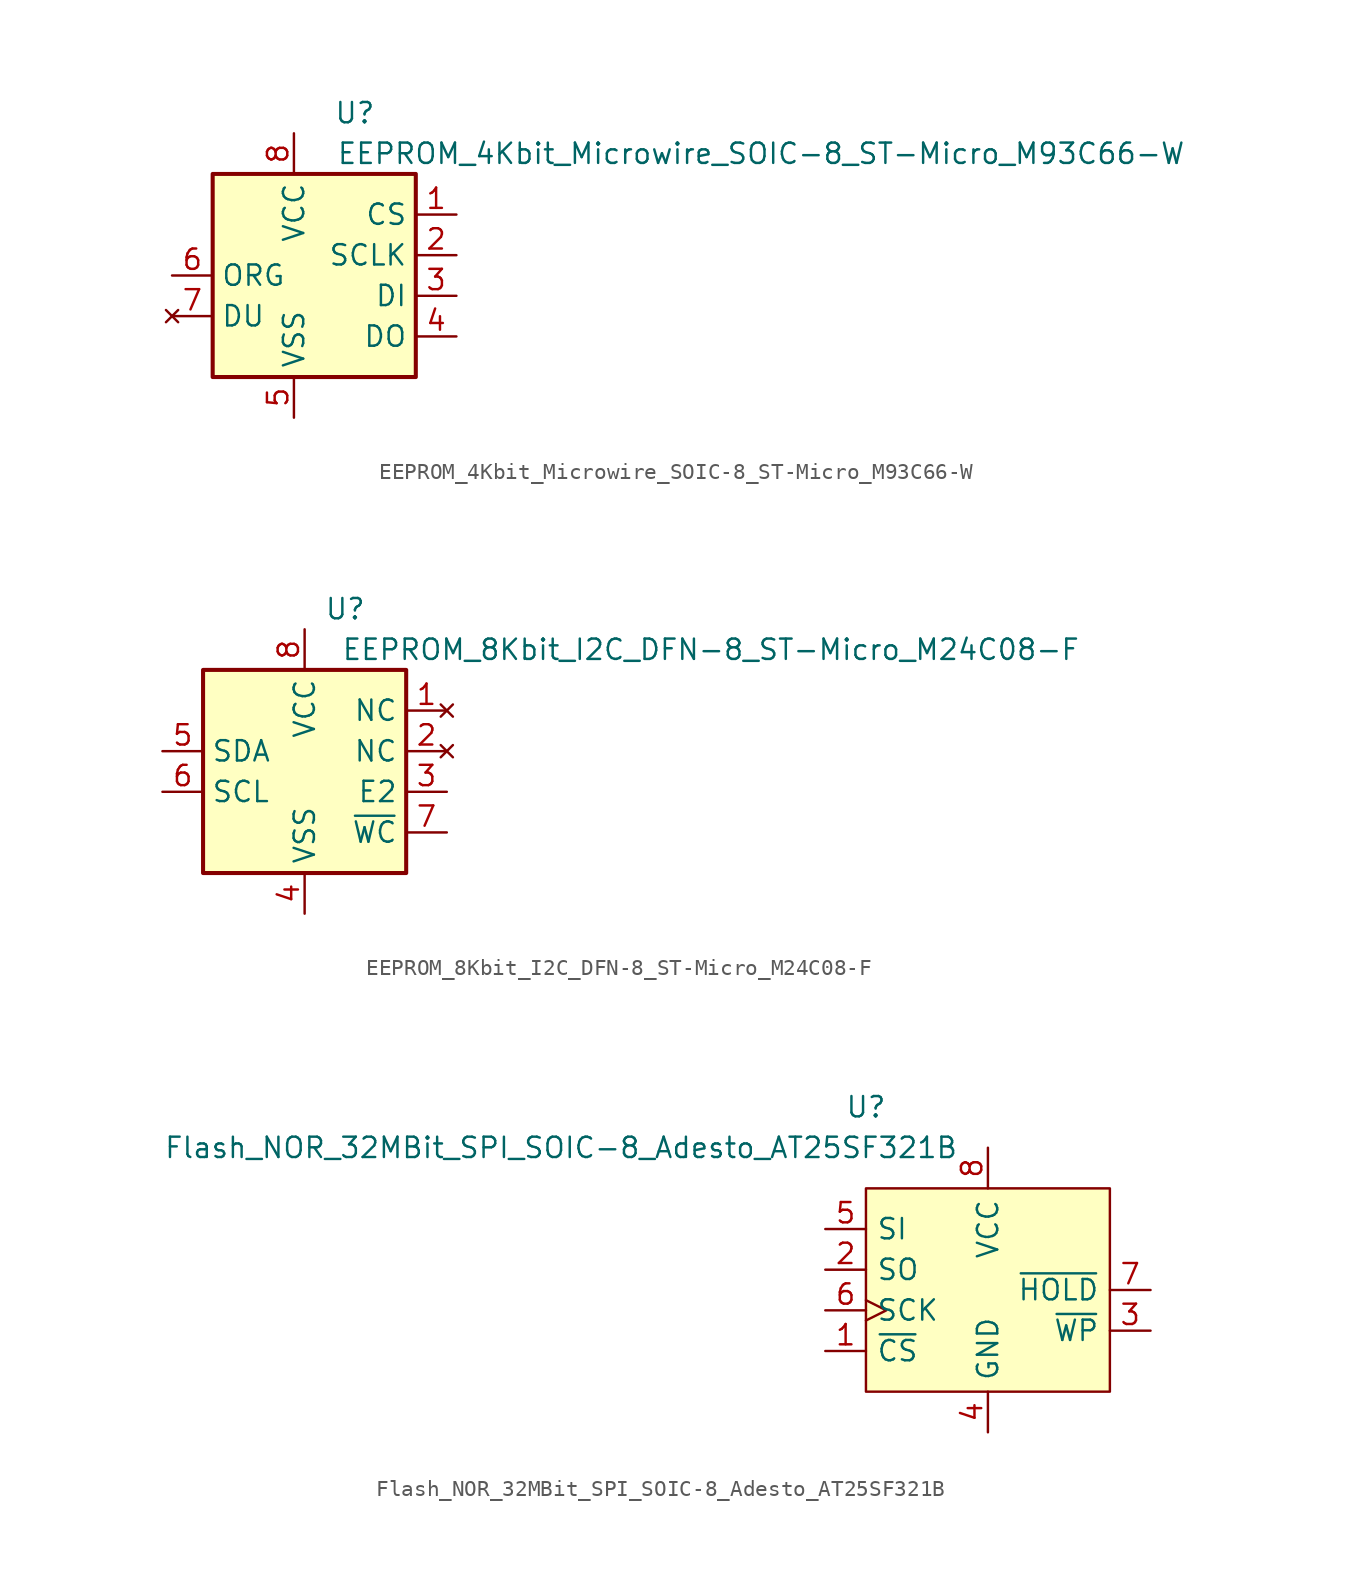
<source format=kicad_sym>
(kicad_symbol_lib
  (version 20231120)
  (generator "kicad_symbol_editor")
  (generator_version "8.0")
  (symbol "EEPROM_4Kbit_Microwire_SOIC-8_ST-Micro_M93C66-W"
    (property "Reference" "U"
      (at 2.54 10.16 0)
      (effects (font (size 1.27 1.27))))
    (property "Value" "EEPROM_4Kbit_Microwire_SOIC-8_ST-Micro_M93C66-W"
      (at 27.94 7.62 0)
      (effects (font (size 1.27 1.27))))
    (symbol "EEPROM_4Kbit_Microwire_SOIC-8_ST-Micro_M93C66-W_1_1"
      (rectangle (start -6.35 6.35) (end 6.35 -6.35) (stroke (width 0.254) (type default)) (fill (type background)))
      (pin input line (at 8.89 3.81 180) (length 2.54) (name "CS" (effects (font (size 1.27 1.27)))) (number "1" (effects (font (size 1.27 1.27)))))
      (pin input line (at 8.89 1.27 180) (length 2.54) (name "SCLK" (effects (font (size 1.27 1.27)))) (number "2" (effects (font (size 1.27 1.27)))))
      (pin input line (at 8.89 -1.27 180) (length 2.54) (name "DI" (effects (font (size 1.27 1.27)))) (number "3" (effects (font (size 1.27 1.27)))))
      (pin tri_state line (at 8.89 -3.81 180) (length 2.54) (name "DO" (effects (font (size 1.27 1.27)))) (number "4" (effects (font (size 1.27 1.27)))))
      (pin power_in line (at -1.27 -8.89 90) (length 2.54) (name "VSS" (effects (font (size 1.27 1.27)))) (number "5" (effects (font (size 1.27 1.27)))))
      (pin input line (at -8.89 0 0) (length 2.54) (name "ORG" (effects (font (size 1.27 1.27)))) (number "6" (effects (font (size 1.27 1.27)))))
      (pin no_connect line (at -8.89 -2.54 0) (length 2.54) (name "DU" (effects (font (size 1.27 1.27)))) (number "7" (effects (font (size 1.27 1.27)))))
      (pin power_in line (at -1.27 8.89 270) (length 2.54) (name "VCC" (effects (font (size 1.27 1.27)))) (number "8" (effects (font (size 1.27 1.27)))))))
  (symbol "EEPROM_8Kbit_I2C_DFN-8_ST-Micro_M24C08-F"
    (property "Reference" "U"
      (at 2.54 10.16 0)
      (effects (font (size 1.27 1.27))))
    (property "Value" "EEPROM_8Kbit_I2C_DFN-8_ST-Micro_M24C08-F"
      (at 25.4 7.62 0)
      (effects (font (size 1.27 1.27))))
    (symbol "EEPROM_8Kbit_I2C_DFN-8_ST-Micro_M24C08-F_1_1"
      (rectangle (start -6.35 6.35) (end 6.35 -6.35) (stroke (width 0.254) (type default)) (fill (type background)))
      (pin no_connect line (at 8.89 3.81 180) (length 2.54) (name "NC" (effects (font (size 1.27 1.27)))) (number "1" (effects (font (size 1.27 1.27)))))
      (pin no_connect line (at 8.89 1.27 180) (length 2.54) (name "NC" (effects (font (size 1.27 1.27)))) (number "2" (effects (font (size 1.27 1.27)))))
      (pin input line (at 8.89 -1.27 180) (length 2.54) (name "E2" (effects (font (size 1.27 1.27)))) (number "3" (effects (font (size 1.27 1.27)))))
      (pin power_in line (at 0 -8.89 90) (length 2.54) (name "VSS" (effects (font (size 1.27 1.27)))) (number "4" (effects (font (size 1.27 1.27)))))
      (pin bidirectional line (at -8.89 1.27 0) (length 2.54) (name "SDA" (effects (font (size 1.27 1.27)))) (number "5" (effects (font (size 1.27 1.27)))))
      (pin input line (at -8.89 -1.27 0) (length 2.54) (name "SCL" (effects (font (size 1.27 1.27)))) (number "6" (effects (font (size 1.27 1.27)))))
      (pin input line (at 8.89 -3.81 180) (length 2.54) (name "~{WC}" (effects (font (size 1.27 1.27)))) (number "7" (effects (font (size 1.27 1.27)))))
      (pin power_in line (at 0 8.89 270) (length 2.54) (name "VCC" (effects (font (size 1.27 1.27)))) (number "8" (effects (font (size 1.27 1.27)))))))
  (symbol "Flash_NOR_32MBit_SPI_SOIC-8_Adesto_AT25SF321B"
    (pin_names
      (offset 0.635))
    (property "Reference" "U"
      (at -7.62 11.43 0)
      (effects (font (size 1.27 1.27))))
    (property "Value" "Flash_NOR_32MBit_SPI_SOIC-8_Adesto_AT25SF321B"
      (at -26.67 8.89 0)
      (effects (font (size 1.27 1.27))))
    (symbol "Flash_NOR_32MBit_SPI_SOIC-8_Adesto_AT25SF321B_0_0"
      (pin input line (at -10.16 -3.81 0) (length 2.54) (name "~{CS}" (effects (font (size 1.27 1.27)))) (number "1" (effects (font (size 1.27 1.27)))))
      (pin bidirectional line (at -10.16 1.27 0) (length 2.54) (name "SO" (effects (font (size 1.27 1.27)))) (number "2" (effects (font (size 1.27 1.27)))))
      (pin bidirectional line (at 10.16 -2.54 180) (length 2.54) (name "~{WP}" (effects (font (size 1.27 1.27)))) (number "3" (effects (font (size 1.27 1.27)))))
      (pin power_in line (at 0 -8.89 90) (length 2.54) (name "GND" (effects (font (size 1.27 1.27)))) (number "4" (effects (font (size 1.27 1.27)))))
      (pin bidirectional line (at -10.16 3.81 0) (length 2.54) (name "SI" (effects (font (size 1.27 1.27)))) (number "5" (effects (font (size 1.27 1.27)))))
      (pin input clock (at -10.16 -1.27 0) (length 2.54) (name "SCK" (effects (font (size 1.27 1.27)))) (number "6" (effects (font (size 1.27 1.27)))))
      (pin bidirectional line (at 10.16 0 180) (length 2.54) (name "~{HOLD}" (effects (font (size 1.27 1.27)))) (number "7" (effects (font (size 1.27 1.27)))))
      (pin power_in line (at 0 8.89 270) (length 2.54) (name "VCC" (effects (font (size 1.27 1.27)))) (number "8" (effects (font (size 1.27 1.27))))))
    (symbol "Flash_NOR_32MBit_SPI_SOIC-8_Adesto_AT25SF321B_0_1"
      (rectangle (start -7.62 6.35) (end 7.62 -6.35) (stroke (width 0) (type default)) (fill (type background))))))
</source>
